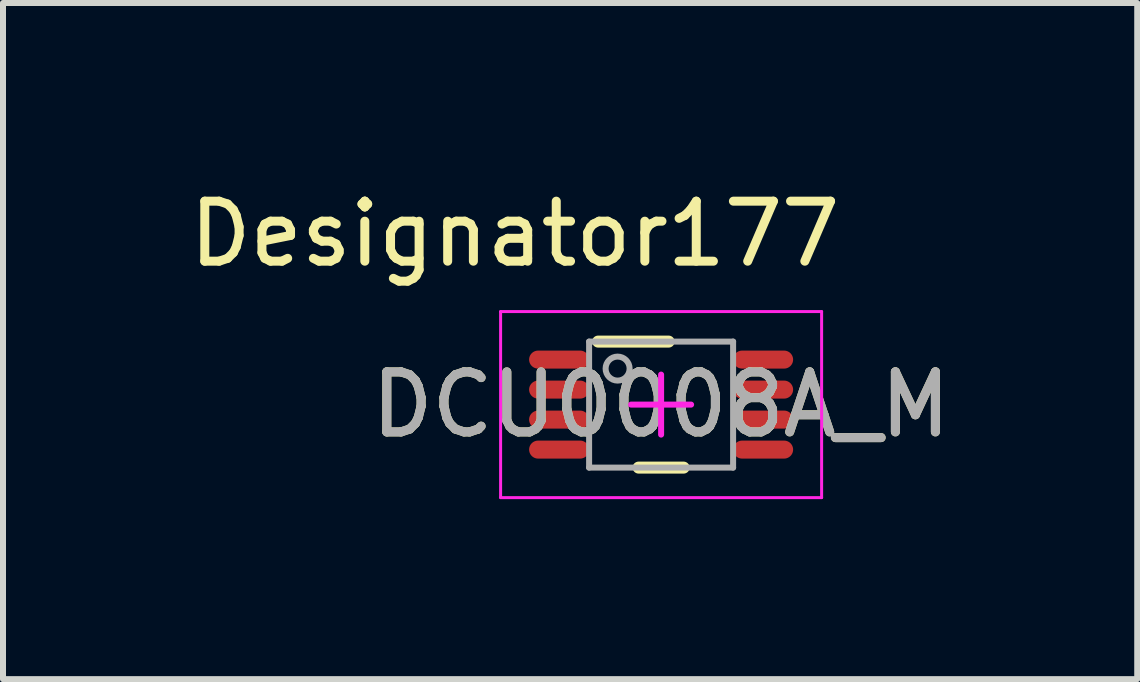
<source format=kicad_pcb>
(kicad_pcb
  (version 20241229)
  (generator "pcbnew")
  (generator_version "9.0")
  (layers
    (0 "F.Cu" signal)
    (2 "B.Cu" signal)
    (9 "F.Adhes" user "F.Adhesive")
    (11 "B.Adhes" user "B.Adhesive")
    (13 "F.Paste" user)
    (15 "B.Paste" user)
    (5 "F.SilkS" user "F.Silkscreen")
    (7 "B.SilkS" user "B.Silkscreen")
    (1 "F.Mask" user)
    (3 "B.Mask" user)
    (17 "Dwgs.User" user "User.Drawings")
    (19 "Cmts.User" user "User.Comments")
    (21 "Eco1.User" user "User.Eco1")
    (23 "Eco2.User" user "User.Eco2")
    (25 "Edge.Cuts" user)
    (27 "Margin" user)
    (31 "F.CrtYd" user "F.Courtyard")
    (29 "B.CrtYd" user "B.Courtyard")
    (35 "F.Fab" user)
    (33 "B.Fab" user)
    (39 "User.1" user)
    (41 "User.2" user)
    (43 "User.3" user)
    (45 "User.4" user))
  (footprint "DCU0008A_M"
    (layer "F.Cu")
    (at 7.968 3.693)
    (property "Reference" "DCU0008A_M" (at 0 0 0) (unlocked yes) (layer "F.SilkS") (effects (font (size 1 1) (thickness 0.15))))
    (attr smd)
    (fp_line (start -1.05 -1.05) (end 0.125 -1.05) (stroke (width 0.2) (type solid)) (layer "F.SilkS"))
    (fp_line (start -0.375 1.05) (end 0.375 1.05) (stroke (width 0.2) (type solid)) (layer "F.SilkS"))
    (fp_line (start -2.675 -1.55) (end 2.675 -1.55) (stroke (width 0.05) (type solid)) (layer "F.CrtYd"))
    (fp_line (start -2.675 1.55) (end -2.675 -1.55) (stroke (width 0.05) (type solid)) (layer "F.CrtYd"))
    (fp_line (start -2.675 1.55) (end 2.675 1.55) (stroke (width 0.05) (type solid)) (layer "F.CrtYd"))
    (fp_line (start -0.5 0) (end 0.5 0) (stroke (width 0.1) (type solid)) (layer "F.CrtYd"))
    (fp_line (start -0.000003 0.5) (end -0.000003 -0.5) (stroke (width 0.1) (type solid)) (layer "F.CrtYd"))
    (fp_line (start 2.675 1.55) (end 2.675 -1.55) (stroke (width 0.05) (type solid)) (layer "F.CrtYd"))
    (fp_line (start -1.2 -1.05) (end 1.2 -1.05) (stroke (width 0.1) (type solid)) (layer "F.Fab"))
    (fp_line (start -1.2 1.05) (end -1.2 -1.05) (stroke (width 0.1) (type solid)) (layer "F.Fab"))
    (fp_line (start -1.2 1.05) (end 1.2 1.05) (stroke (width 0.1) (type solid)) (layer "F.Fab"))
    (fp_line (start 1.2 1.05) (end 1.2 -1.05) (stroke (width 0.1) (type solid)) (layer "F.Fab"))
    (fp_circle (center -0.725 -0.6) (end -0.525 -0.6) (stroke (width 0.1) (type solid)) (fill no) (layer "F.Fab"))
    (fp_text user "Designator177" (at -2.438 -2.845 0) (unlocked yes) (layer "F.SilkS") (effects (font (size 1 1) (thickness 0.15))))
    (fp_text user "${REFERENCE}" (at 0 0 0) (unlocked yes) (layer "F.Fab") (effects (font (size 1 1) (thickness 0.15))))
    (pad "1" smd oval (at -1.7 -0.75 90) (size 0.3 1) (layers "F.Cu" "F.Mask" "F.Paste"))
    (pad "2" smd oval (at -1.7 -0.25 90) (size 0.3 1) (layers "F.Cu" "F.Mask" "F.Paste"))
    (pad "3" smd oval (at -1.7 0.25 90) (size 0.3 1) (layers "F.Cu" "F.Mask" "F.Paste"))
    (pad "4" smd oval (at -1.7 0.75 90) (size 0.3 1) (layers "F.Cu" "F.Mask" "F.Paste"))
    (pad "5" smd oval (at 1.7 0.75 90) (size 0.3 1) (layers "F.Cu" "F.Mask" "F.Paste"))
    (pad "6" smd oval (at 1.7 0.25 90) (size 0.3 1) (layers "F.Cu" "F.Mask" "F.Paste"))
    (pad "7" smd oval (at 1.7 -0.25 90) (size 0.3 1) (layers "F.Cu" "F.Mask" "F.Paste"))
    (pad "8" smd oval (at 1.7 -0.75 90) (size 0.3 1) (layers "F.Cu" "F.Mask" "F.Paste")))
  (gr_rect
    (start -3 -3)
    (end 15.903 8.268)
    (stroke (width 0.1) (type default))
    (fill no)
    (layer "Edge.Cuts")))
</source>
